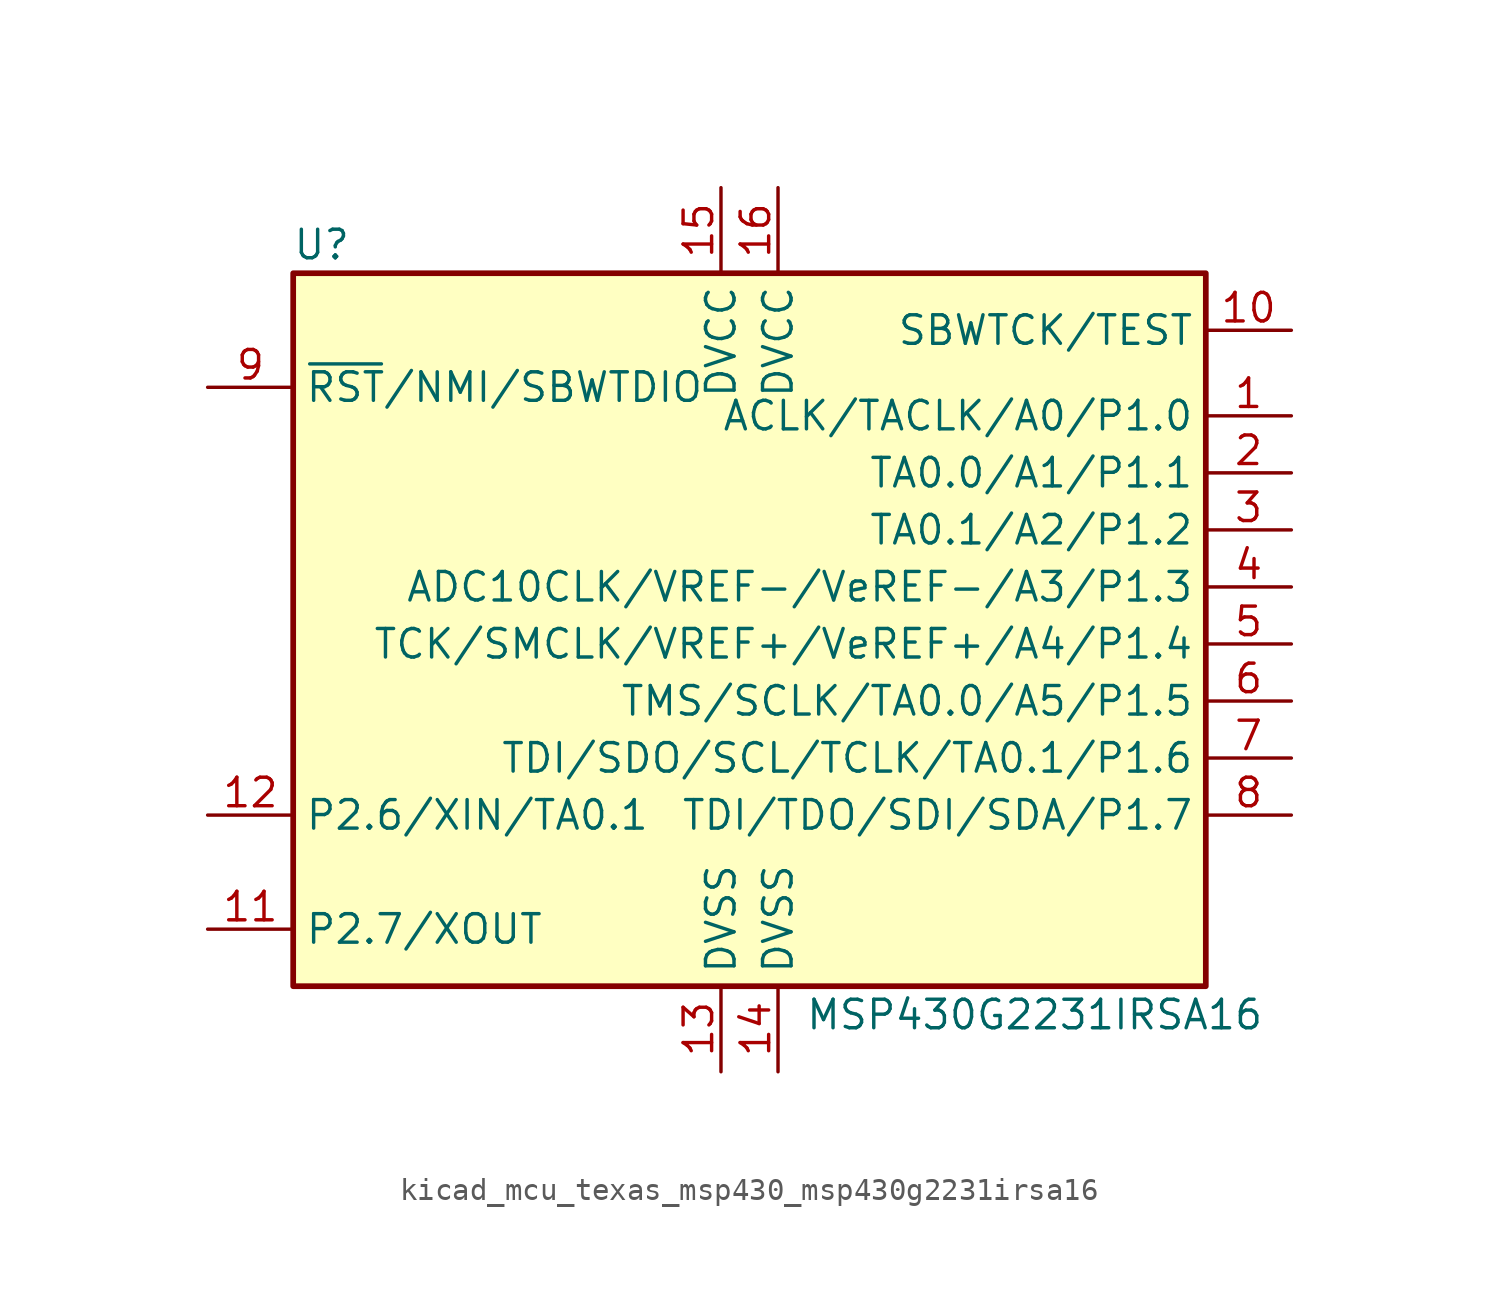
<source format=kicad_sym>
(kicad_symbol_lib
  (version 20220914)
  (generator kicad_symbol_editor)
  (symbol "kicad_mcu_texas_msp430_msp430g2231irsa16"
    (property "Reference" "U"
      (at -19.05 17.78 0)
      (effects (font (size 1.27 1.27))))
    (property "Value" "MSP430G2231IRSA16"
      (at 12.7 -16.51 0)
      (effects (font (size 1.27 1.27))))
    (symbol "kicad_mcu_texas_msp430_msp430g2231irsa16_0_1"
      (rectangle (start -20.32 16.51) (end 20.32 -15.24) (stroke (width 0.254) (type default)) (fill (type background))))
    (symbol "kicad_mcu_texas_msp430_msp430g2231irsa16_1_1"
      (pin bidirectional line (at 24.13 10.16 180) (length 3.81) (name "ACLK/TACLK/A0/P1.0" (effects (font (size 1.27 1.27)))) (number "1" (effects (font (size 1.27 1.27)))))
      (pin input line (at 24.13 13.97 180) (length 3.81) (name "SBWTCK/TEST" (effects (font (size 1.27 1.27)))) (number "10" (effects (font (size 1.27 1.27)))))
      (pin bidirectional line (at -24.13 -12.7 0) (length 3.81) (name "P2.7/XOUT" (effects (font (size 1.27 1.27)))) (number "11" (effects (font (size 1.27 1.27)))))
      (pin bidirectional line (at -24.13 -7.62 0) (length 3.81) (name "P2.6/XIN/TA0.1" (effects (font (size 1.27 1.27)))) (number "12" (effects (font (size 1.27 1.27)))))
      (pin power_in line (at -1.27 -19.05 90) (length 3.81) (name "DVSS" (effects (font (size 1.27 1.27)))) (number "13" (effects (font (size 1.27 1.27)))))
      (pin power_in line (at 1.27 -19.05 90) (length 3.81) (name "DVSS" (effects (font (size 1.27 1.27)))) (number "14" (effects (font (size 1.27 1.27)))))
      (pin power_in line (at -1.27 20.32 270) (length 3.81) (name "DVCC" (effects (font (size 1.27 1.27)))) (number "15" (effects (font (size 1.27 1.27)))))
      (pin power_in line (at 1.27 20.32 270) (length 3.81) (name "DVCC" (effects (font (size 1.27 1.27)))) (number "16" (effects (font (size 1.27 1.27)))))
      (pin bidirectional line (at 24.13 7.62 180) (length 3.81) (name "TA0.0/A1/P1.1" (effects (font (size 1.27 1.27)))) (number "2" (effects (font (size 1.27 1.27)))))
      (pin bidirectional line (at 24.13 5.08 180) (length 3.81) (name "TA0.1/A2/P1.2" (effects (font (size 1.27 1.27)))) (number "3" (effects (font (size 1.27 1.27)))))
      (pin bidirectional line (at 24.13 2.54 180) (length 3.81) (name "ADC10CLK/VREF-/VeREF-/A3/P1.3" (effects (font (size 1.27 1.27)))) (number "4" (effects (font (size 1.27 1.27)))))
      (pin bidirectional line (at 24.13 0 180) (length 3.81) (name "TCK/SMCLK/VREF+/VeREF+/A4/P1.4" (effects (font (size 1.27 1.27)))) (number "5" (effects (font (size 1.27 1.27)))))
      (pin bidirectional line (at 24.13 -2.54 180) (length 3.81) (name "TMS/SCLK/TA0.0/A5/P1.5" (effects (font (size 1.27 1.27)))) (number "6" (effects (font (size 1.27 1.27)))))
      (pin bidirectional line (at 24.13 -5.08 180) (length 3.81) (name "TDI/SDO/SCL/TCLK/TA0.1/P1.6" (effects (font (size 1.27 1.27)))) (number "7" (effects (font (size 1.27 1.27)))))
      (pin bidirectional line (at 24.13 -7.62 180) (length 3.81) (name "TDI/TDO/SDI/SDA/P1.7" (effects (font (size 1.27 1.27)))) (number "8" (effects (font (size 1.27 1.27)))))
      (pin input line (at -24.13 11.43 0) (length 3.81) (name "~{RST}/NMI/SBWTDIO" (effects (font (size 1.27 1.27)))) (number "9" (effects (font (size 1.27 1.27))))))))
</source>
